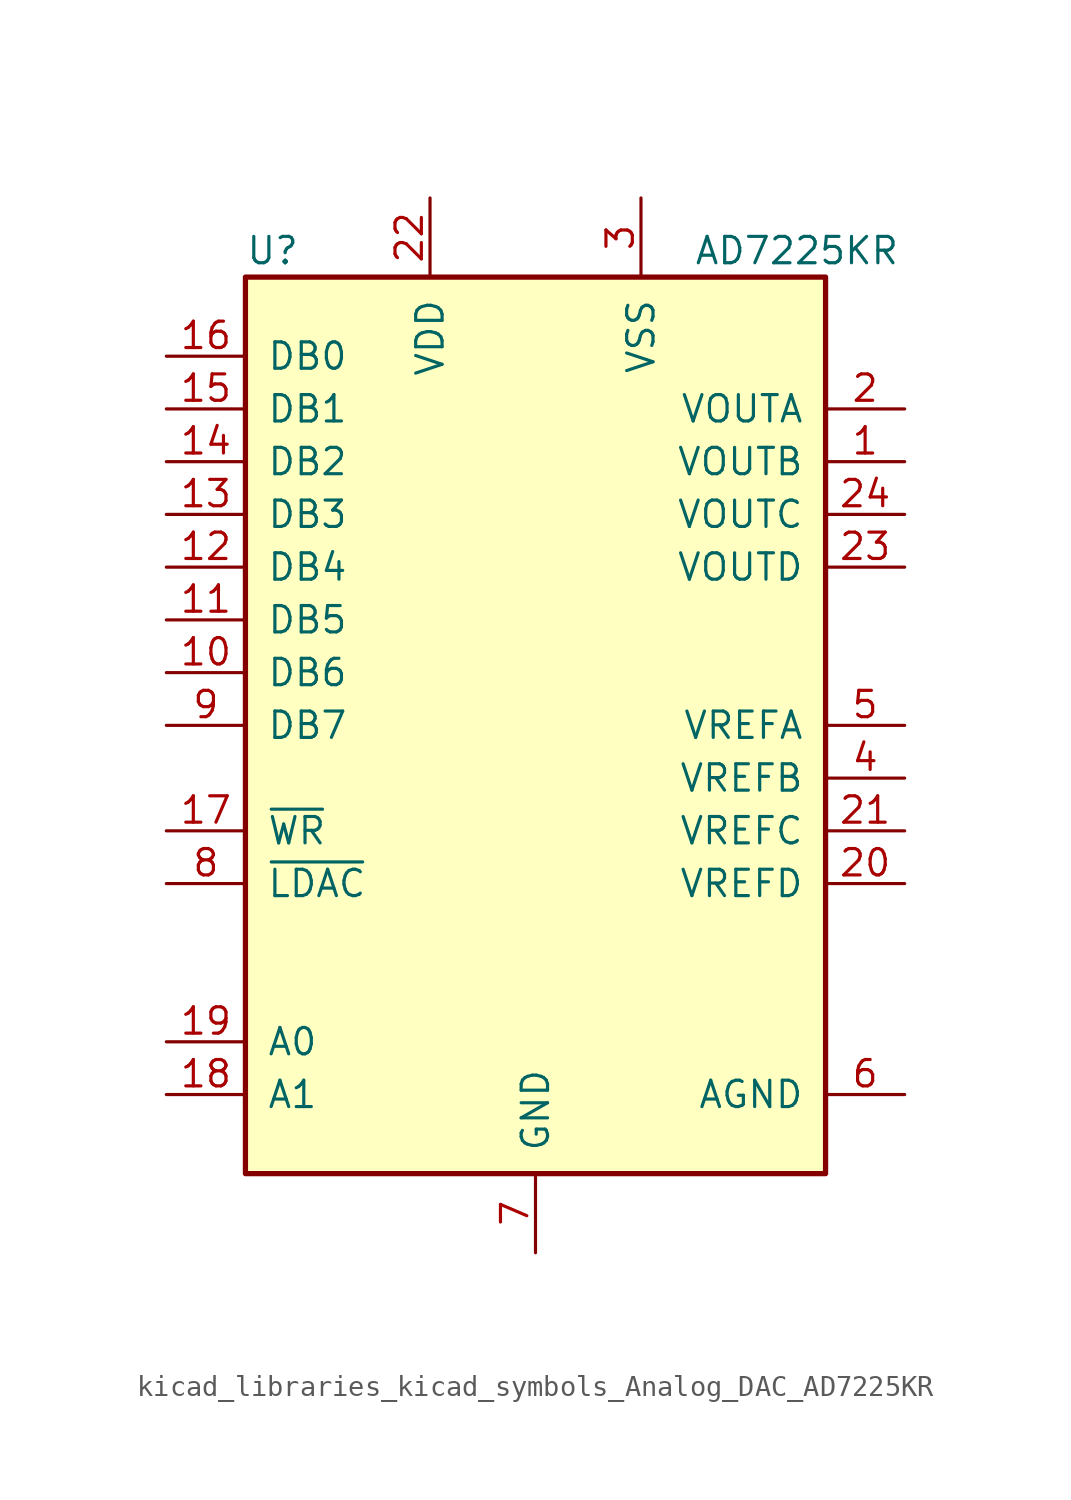
<source format=kicad_sym>
(kicad_symbol_lib
  (version 20220914)
  (generator kicad_symbol_editor)
  (symbol "kicad_libraries_kicad_symbols_Analog_DAC_AD7225KR"
    (pin_names
      (offset 1.016))
    (property "Reference" "U"
      (at -13.97 22.86 0)
      (effects (font (size 1.27 1.27)) (justify left)))
    (property "Value" "AD7225KR"
      (at 7.62 22.86 0)
      (effects (font (size 1.27 1.27)) (justify left)))
    (symbol "kicad_libraries_kicad_symbols_Analog_DAC_AD7225KR_0_1"
      (rectangle (start -13.97 -21.59) (end 13.97 21.59) (stroke (width 0.254) (type default)) (fill (type background))))
    (symbol "kicad_libraries_kicad_symbols_Analog_DAC_AD7225KR_1_1"
      (pin output line (at 17.78 12.7 180) (length 3.81) (name "VOUTB" (effects (font (size 1.27 1.27)))) (number "1" (effects (font (size 1.27 1.27)))))
      (pin input line (at -17.78 2.54 0) (length 3.81) (name "DB6" (effects (font (size 1.27 1.27)))) (number "10" (effects (font (size 1.27 1.27)))))
      (pin input line (at -17.78 5.08 0) (length 3.81) (name "DB5" (effects (font (size 1.27 1.27)))) (number "11" (effects (font (size 1.27 1.27)))))
      (pin input line (at -17.78 7.62 0) (length 3.81) (name "DB4" (effects (font (size 1.27 1.27)))) (number "12" (effects (font (size 1.27 1.27)))))
      (pin input line (at -17.78 10.16 0) (length 3.81) (name "DB3" (effects (font (size 1.27 1.27)))) (number "13" (effects (font (size 1.27 1.27)))))
      (pin input line (at -17.78 12.7 0) (length 3.81) (name "DB2" (effects (font (size 1.27 1.27)))) (number "14" (effects (font (size 1.27 1.27)))))
      (pin input line (at -17.78 15.24 0) (length 3.81) (name "DB1" (effects (font (size 1.27 1.27)))) (number "15" (effects (font (size 1.27 1.27)))))
      (pin input line (at -17.78 17.78 0) (length 3.81) (name "DB0" (effects (font (size 1.27 1.27)))) (number "16" (effects (font (size 1.27 1.27)))))
      (pin input line (at -17.78 -5.08 0) (length 3.81) (name "~{WR}" (effects (font (size 1.27 1.27)))) (number "17" (effects (font (size 1.27 1.27)))))
      (pin input line (at -17.78 -17.78 0) (length 3.81) (name "A1" (effects (font (size 1.27 1.27)))) (number "18" (effects (font (size 1.27 1.27)))))
      (pin input line (at -17.78 -15.24 0) (length 3.81) (name "A0" (effects (font (size 1.27 1.27)))) (number "19" (effects (font (size 1.27 1.27)))))
      (pin output line (at 17.78 15.24 180) (length 3.81) (name "VOUTA" (effects (font (size 1.27 1.27)))) (number "2" (effects (font (size 1.27 1.27)))))
      (pin input line (at 17.78 -7.62 180) (length 3.81) (name "VREFD" (effects (font (size 1.27 1.27)))) (number "20" (effects (font (size 1.27 1.27)))))
      (pin input line (at 17.78 -5.08 180) (length 3.81) (name "VREFC" (effects (font (size 1.27 1.27)))) (number "21" (effects (font (size 1.27 1.27)))))
      (pin power_in line (at -5.08 25.4 270) (length 3.81) (name "VDD" (effects (font (size 1.27 1.27)))) (number "22" (effects (font (size 1.27 1.27)))))
      (pin output line (at 17.78 7.62 180) (length 3.81) (name "VOUTD" (effects (font (size 1.27 1.27)))) (number "23" (effects (font (size 1.27 1.27)))))
      (pin output line (at 17.78 10.16 180) (length 3.81) (name "VOUTC" (effects (font (size 1.27 1.27)))) (number "24" (effects (font (size 1.27 1.27)))))
      (pin power_in line (at 5.08 25.4 270) (length 3.81) (name "VSS" (effects (font (size 1.27 1.27)))) (number "3" (effects (font (size 1.27 1.27)))))
      (pin input line (at 17.78 -2.54 180) (length 3.81) (name "VREFB" (effects (font (size 1.27 1.27)))) (number "4" (effects (font (size 1.27 1.27)))))
      (pin input line (at 17.78 0 180) (length 3.81) (name "VREFA" (effects (font (size 1.27 1.27)))) (number "5" (effects (font (size 1.27 1.27)))))
      (pin input line (at 17.78 -17.78 180) (length 3.81) (name "AGND" (effects (font (size 1.27 1.27)))) (number "6" (effects (font (size 1.27 1.27)))))
      (pin power_in line (at 0 -25.4 90) (length 3.81) (name "GND" (effects (font (size 1.27 1.27)))) (number "7" (effects (font (size 1.27 1.27)))))
      (pin input line (at -17.78 -7.62 0) (length 3.81) (name "~{LDAC}" (effects (font (size 1.27 1.27)))) (number "8" (effects (font (size 1.27 1.27)))))
      (pin input line (at -17.78 0 0) (length 3.81) (name "DB7" (effects (font (size 1.27 1.27)))) (number "9" (effects (font (size 1.27 1.27))))))))
</source>
